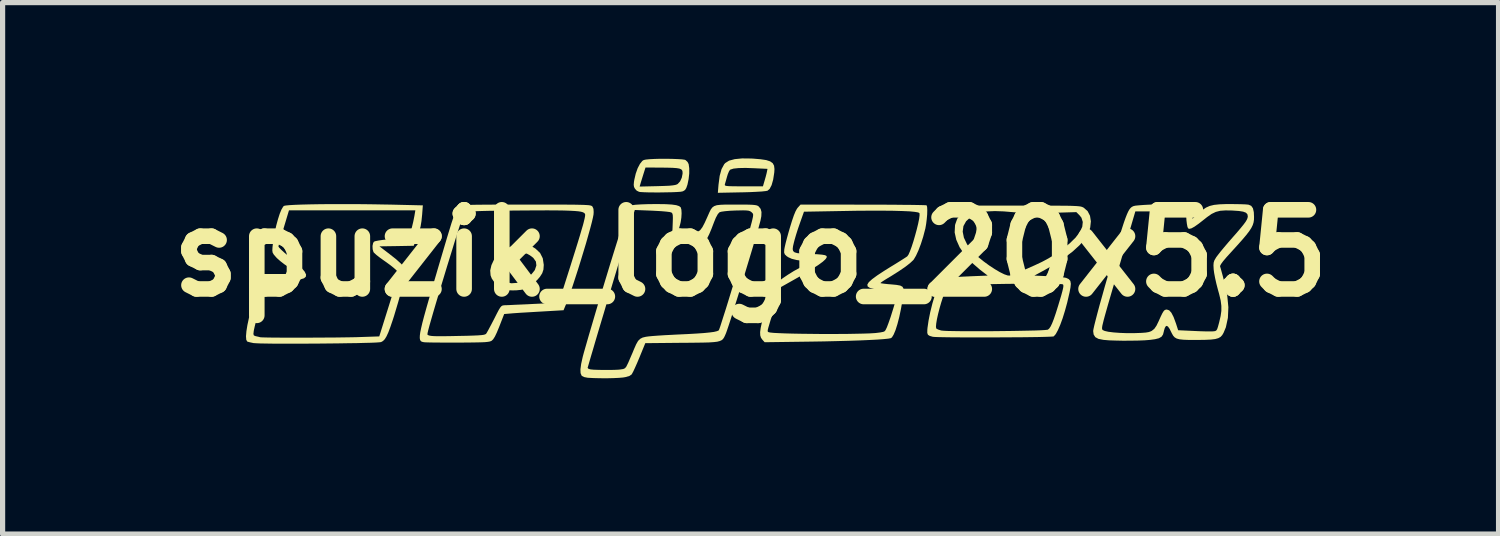
<source format=kicad_pcb>
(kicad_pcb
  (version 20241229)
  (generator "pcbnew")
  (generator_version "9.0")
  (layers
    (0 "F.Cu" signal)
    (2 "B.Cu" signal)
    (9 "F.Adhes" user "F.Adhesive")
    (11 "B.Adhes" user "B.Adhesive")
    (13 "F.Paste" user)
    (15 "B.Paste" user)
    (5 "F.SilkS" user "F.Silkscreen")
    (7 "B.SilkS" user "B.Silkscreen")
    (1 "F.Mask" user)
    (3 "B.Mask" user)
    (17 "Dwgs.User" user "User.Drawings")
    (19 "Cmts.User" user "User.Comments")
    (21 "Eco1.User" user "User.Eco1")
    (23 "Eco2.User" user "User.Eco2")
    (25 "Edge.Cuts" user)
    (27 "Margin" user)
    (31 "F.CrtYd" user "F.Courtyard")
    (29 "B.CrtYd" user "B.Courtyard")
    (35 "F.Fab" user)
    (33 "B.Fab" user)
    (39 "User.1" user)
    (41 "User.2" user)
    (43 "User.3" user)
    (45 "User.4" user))
  (footprint "spuzik_logo_20x5.5"
    (layer "F.Cu")
    (at 11.401 1.824)
    (property "Reference" "spuzik_logo_20x5.5" (at 0 0 0) (layer "F.SilkS") (effects (font (size 1.524 1.524) (thickness 0.3))))
    (attr board_only exclude_from_pos_files exclude_from_bom)
    (fp_poly (pts (xy 0.012 -1.822) (xy 0.05 -1.82) (xy 0.193 -1.808) (xy 0.301 -1.792) (xy 0.377 -1.767) (xy 0.426 -1.732) (xy 0.452 -1.684) (xy 0.46 -1.619) (xy 0.456 -1.553) (xy 0.435 -1.416) (xy 0.405 -1.31) (xy 0.367 -1.237) (xy 0.326 -1.202) (xy 0.288 -1.195) (xy 0.214 -1.187) (xy 0.111 -1.181) (xy -0.016 -1.175) (xy -0.164 -1.171) (xy -0.179 -1.171) (xy -0.63 -1.162) (xy -0.618 -1.31) (xy -0.496 -1.31) (xy -0.488 -1.301) (xy -0.464 -1.294) (xy -0.42 -1.29) (xy -0.351 -1.288) (xy -0.251 -1.287) (xy -0.134 -1.287) (xy 0.238 -1.287) (xy 0.27 -1.397) (xy 0.291 -1.47) (xy 0.308 -1.536) (xy 0.314 -1.565) (xy 0.326 -1.623) (xy 0.072 -1.635) (xy -0.097 -1.641) (xy -0.23 -1.638) (xy -0.328 -1.628) (xy -0.388 -1.609) (xy -0.397 -1.603) (xy -0.416 -1.574) (xy -0.439 -1.519) (xy -0.454 -1.47) (xy -0.473 -1.402) (xy -0.489 -1.346) (xy -0.496 -1.322) (xy -0.496 -1.31) (xy -0.618 -1.31) (xy -0.617 -1.32) (xy -0.595 -1.488) (xy -0.559 -1.618) (xy -0.508 -1.712) (xy -0.486 -1.736) (xy -0.414 -1.781) (xy -0.305 -1.81) (xy -0.163 -1.824)) (stroke (width 0) (type solid)) (fill yes) (layer "F.SilkS"))
    (fp_poly (pts (xy -4.318 -0.15) (xy -4.26 -0.144) (xy -4.215 -0.131) (xy -4.172 -0.107) (xy -4.14 -0.086) (xy -4.053 -0.004) (xy -4.001 0.099) (xy -3.982 0.223) (xy -3.982 0.23) (xy -3.988 0.316) (xy -4.011 0.386) (xy -4.056 0.456) (xy -4.106 0.514) (xy -4.207 0.609) (xy -4.306 0.672) (xy -4.415 0.706) (xy -4.512 0.716) (xy -4.594 0.717) (xy -4.668 0.713) (xy -4.716 0.706) (xy -4.825 0.659) (xy -4.917 0.584) (xy -4.983 0.488) (xy -5.006 0.427) (xy -5.008 0.398) (xy -4.842 0.398) (xy -4.83 0.454) (xy -4.779 0.519) (xy -4.701 0.561) (xy -4.604 0.58) (xy -4.494 0.572) (xy -4.441 0.56) (xy -4.368 0.525) (xy -4.288 0.469) (xy -4.214 0.401) (xy -4.16 0.334) (xy -4.152 0.32) (xy -4.124 0.236) (xy -4.133 0.162) (xy -4.181 0.094) (xy -4.193 0.083) (xy -4.248 0.042) (xy -4.3 0.013) (xy -4.316 0.008) (xy -4.403 0.002) (xy -4.506 0.019) (xy -4.612 0.055) (xy -4.707 0.105) (xy -4.777 0.164) (xy -4.783 0.172) (xy -4.817 0.236) (xy -4.838 0.317) (xy -4.842 0.398) (xy -5.008 0.398) (xy -5.013 0.333) (xy -4.989 0.23) (xy -4.941 0.127) (xy -4.871 0.037) (xy -4.837 0.005) (xy -4.728 -0.074) (xy -4.623 -0.122) (xy -4.508 -0.146) (xy -4.404 -0.151)) (stroke (width 0) (type solid)) (fill yes) (layer "F.SilkS"))
    (fp_poly (pts (xy -1.507 -1.815) (xy -1.405 -1.811) (xy -1.322 -1.806) (xy -1.267 -1.798) (xy -1.252 -1.792) (xy -1.213 -1.755) (xy -1.192 -1.714) (xy -1.181 -1.635) (xy -1.181 -1.534) (xy -1.193 -1.426) (xy -1.214 -1.325) (xy -1.215 -1.32) (xy -1.238 -1.254) (xy -1.262 -1.216) (xy -1.297 -1.194) (xy -1.31 -1.189) (xy -1.348 -1.182) (xy -1.418 -1.177) (xy -1.512 -1.173) (xy -1.621 -1.171) (xy -1.739 -1.169) (xy -1.856 -1.169) (xy -1.964 -1.17) (xy -2.056 -1.173) (xy -2.123 -1.177) (xy -2.147 -1.181) (xy -2.192 -1.203) (xy -2.226 -1.24) (xy -2.244 -1.275) (xy -2.245 -1.282) (xy -2.136 -1.282) (xy -1.795 -1.29) (xy -1.664 -1.294) (xy -1.567 -1.298) (xy -1.498 -1.305) (xy -1.45 -1.313) (xy -1.417 -1.324) (xy -1.402 -1.333) (xy -1.357 -1.382) (xy -1.324 -1.454) (xy -1.309 -1.532) (xy -1.31 -1.569) (xy -1.318 -1.595) (xy -1.336 -1.614) (xy -1.369 -1.628) (xy -1.422 -1.637) (xy -1.501 -1.643) (xy -1.612 -1.646) (xy -1.721 -1.647) (xy -2.023 -1.649) (xy -2.066 -1.513) (xy -2.089 -1.438) (xy -2.11 -1.371) (xy -2.122 -1.33) (xy -2.136 -1.282) (xy -2.245 -1.282) (xy -2.25 -1.315) (xy -2.245 -1.374) (xy -2.238 -1.415) (xy -2.211 -1.531) (xy -2.174 -1.635) (xy -2.13 -1.719) (xy -2.084 -1.776) (xy -2.057 -1.793) (xy -2.015 -1.802) (xy -1.942 -1.809) (xy -1.846 -1.814) (xy -1.736 -1.817) (xy -1.62 -1.817)) (stroke (width 0) (type solid)) (fill yes) (layer "F.SilkS"))
    (fp_poly (pts (xy -4.064 -0.935) (xy -3.846 -0.935) (xy -3.663 -0.935) (xy -3.511 -0.934) (xy -3.387 -0.933) (xy -3.288 -0.931) (xy -3.212 -0.929) (xy -3.154 -0.926) (xy -3.113 -0.923) (xy -3.084 -0.918) (xy -3.065 -0.912) (xy -3.054 -0.906) (xy -3.046 -0.898) (xy -3.043 -0.895) (xy -3.025 -0.853) (xy -3.021 -0.791) (xy -3.024 -0.744) (xy -3.035 -0.686) (xy -3.056 -0.596) (xy -3.087 -0.478) (xy -3.126 -0.339) (xy -3.17 -0.184) (xy -3.22 -0.019) (xy -3.272 0.152) (xy -3.325 0.322) (xy -3.378 0.486) (xy -3.428 0.639) (xy -3.475 0.774) (xy -3.515 0.888) (xy -3.542 0.957) (xy -3.601 1.099) (xy -4.028 1.124) (xy -4.165 1.132) (xy -4.299 1.14) (xy -4.421 1.147) (xy -4.521 1.154) (xy -4.592 1.159) (xy -4.599 1.16) (xy -4.744 1.172) (xy -4.837 1.411) (xy -4.884 1.525) (xy -4.922 1.605) (xy -4.955 1.657) (xy -4.983 1.685) (xy -5.003 1.695) (xy -5.029 1.703) (xy -5.068 1.709) (xy -5.123 1.714) (xy -5.199 1.717) (xy -5.301 1.719) (xy -5.433 1.721) (xy -5.601 1.722) (xy -5.62 1.722) (xy -5.773 1.722) (xy -5.917 1.722) (xy -6.044 1.721) (xy -6.151 1.72) (xy -6.229 1.718) (xy -6.275 1.716) (xy -6.279 1.716) (xy -6.308 1.711) (xy -6.332 1.704) (xy -6.351 1.691) (xy -6.363 1.669) (xy -6.369 1.636) (xy -6.368 1.59) (xy -6.365 1.564) (xy -6.222 1.564) (xy -6.221 1.569) (xy -6.205 1.58) (xy -6.18 1.588) (xy -6.143 1.594) (xy -6.087 1.598) (xy -6.009 1.599) (xy -5.904 1.599) (xy -5.767 1.597) (xy -5.621 1.594) (xy -5.463 1.591) (xy -5.34 1.587) (xy -5.248 1.583) (xy -5.183 1.578) (xy -5.138 1.572) (xy -5.111 1.564) (xy -5.095 1.555) (xy -5.091 1.551) (xy -5.073 1.522) (xy -5.041 1.464) (xy -4.999 1.385) (xy -4.951 1.293) (xy -4.935 1.262) (xy -4.884 1.161) (xy -4.847 1.091) (xy -4.819 1.046) (xy -4.796 1.02) (xy -4.774 1.008) (xy -4.749 1.004) (xy -4.741 1.003) (xy -4.703 1.002) (xy -4.631 0.999) (xy -4.532 0.994) (xy -4.412 0.989) (xy -4.278 0.983) (xy -4.185 0.978) (xy -3.694 0.955) (xy -3.476 0.271) (xy -3.424 0.105) (xy -3.373 -0.057) (xy -3.326 -0.208) (xy -3.285 -0.343) (xy -3.252 -0.456) (xy -3.227 -0.54) (xy -3.216 -0.582) (xy -3.196 -0.664) (xy -3.186 -0.716) (xy -3.185 -0.747) (xy -3.194 -0.765) (xy -3.207 -0.776) (xy -3.23 -0.788) (xy -3.266 -0.798) (xy -3.317 -0.806) (xy -3.388 -0.812) (xy -3.48 -0.817) (xy -3.596 -0.821) (xy -3.74 -0.823) (xy -3.915 -0.824) (xy -4.123 -0.823) (xy -4.367 -0.822) (xy -4.465 -0.821) (xy -4.689 -0.819) (xy -4.877 -0.817) (xy -5.032 -0.815) (xy -5.156 -0.812) (xy -5.254 -0.809) (xy -5.329 -0.805) (xy -5.384 -0.801) (xy -5.423 -0.795) (xy -5.449 -0.788) (xy -5.46 -0.784) (xy -5.481 -0.772) (xy -5.5 -0.755) (xy -5.519 -0.729) (xy -5.539 -0.69) (xy -5.561 -0.635) (xy -5.589 -0.56) (xy -5.622 -0.459) (xy -5.663 -0.33) (xy -5.713 -0.169) (xy -5.743 -0.07) (xy -5.84 0.243) (xy -5.924 0.52) (xy -5.997 0.761) (xy -6.059 0.968) (xy -6.11 1.141) (xy -6.151 1.284) (xy -6.183 1.396) (xy -6.205 1.479) (xy -6.218 1.534) (xy -6.222 1.564) (xy -6.365 1.564) (xy -6.36 1.526) (xy -6.343 1.444) (xy -6.319 1.341) (xy -6.285 1.212) (xy -6.242 1.057) (xy -6.189 0.872) (xy -6.126 0.655) (xy -6.051 0.402) (xy -6.025 0.312) (xy -5.953 0.069) (xy -5.892 -0.137) (xy -5.84 -0.312) (xy -5.796 -0.456) (xy -5.76 -0.574) (xy -5.729 -0.667) (xy -5.704 -0.74) (xy -5.683 -0.795) (xy -5.665 -0.836) (xy -5.65 -0.864) (xy -5.635 -0.883) (xy -5.621 -0.896) (xy -5.613 -0.902) (xy -5.599 -0.909) (xy -5.579 -0.915) (xy -5.55 -0.92) (xy -5.507 -0.924) (xy -5.449 -0.927) (xy -5.373 -0.93) (xy -5.274 -0.932) (xy -5.151 -0.933) (xy -5.001 -0.934) (xy -4.819 -0.935) (xy -4.604 -0.935) (xy -4.351 -0.935) (xy -4.318 -0.935)) (stroke (width 0) (type solid)) (fill yes) (layer "F.SilkS"))
    (fp_poly (pts (xy -7.694 -0.944) (xy -7.47 -0.943) (xy -7.244 -0.94) (xy -7.02 -0.936) (xy -6.941 -0.935) (xy -6.31 -0.92) (xy -6.323 -0.747) (xy -6.336 -0.62) (xy -6.353 -0.516) (xy -6.379 -0.419) (xy -6.418 -0.311) (xy -6.431 -0.277) (xy -6.486 -0.142) (xy -6.815 -0.136) (xy -7.145 -0.131) (xy -6.953 0.016) (xy -6.826 0.116) (xy -6.734 0.199) (xy -6.673 0.266) (xy -6.642 0.32) (xy -6.637 0.348) (xy -6.642 0.389) (xy -6.658 0.462) (xy -6.682 0.561) (xy -6.712 0.679) (xy -6.747 0.808) (xy -6.785 0.944) (xy -6.825 1.078) (xy -6.863 1.205) (xy -6.886 1.277) (xy -6.934 1.418) (xy -6.974 1.525) (xy -7.01 1.603) (xy -7.043 1.657) (xy -7.078 1.692) (xy -7.114 1.712) (xy -7.145 1.716) (xy -7.212 1.721) (xy -7.31 1.725) (xy -7.435 1.728) (xy -7.583 1.732) (xy -7.749 1.734) (xy -7.929 1.737) (xy -8.119 1.739) (xy -8.313 1.741) (xy -8.509 1.742) (xy -8.701 1.743) (xy -8.885 1.743) (xy -9.056 1.743) (xy -9.211 1.742) (xy -9.345 1.74) (xy -9.453 1.738) (xy -9.531 1.734) (xy -9.575 1.731) (xy -9.577 1.73) (xy -9.637 1.717) (xy -9.682 1.705) (xy -9.692 1.7) (xy -9.71 1.667) (xy -9.715 1.6) (xy -9.711 1.556) (xy -9.572 1.556) (xy -9.564 1.583) (xy -9.537 1.596) (xy -9.52 1.6) (xy -9.471 1.611) (xy -9.442 1.619) (xy -9.415 1.621) (xy -9.353 1.623) (xy -9.26 1.625) (xy -9.141 1.626) (xy -9.001 1.627) (xy -8.845 1.627) (xy -8.678 1.627) (xy -8.505 1.627) (xy -8.329 1.626) (xy -8.157 1.625) (xy -7.993 1.624) (xy -7.842 1.622) (xy -7.708 1.62) (xy -7.596 1.618) (xy -7.54 1.616) (xy -7.149 1.603) (xy -7 1.128) (xy -6.956 0.988) (xy -6.914 0.853) (xy -6.876 0.729) (xy -6.843 0.625) (xy -6.82 0.548) (xy -6.81 0.518) (xy -6.769 0.383) (xy -6.828 0.321) (xy -6.871 0.283) (xy -6.936 0.231) (xy -7.014 0.174) (xy -7.064 0.139) (xy -7.139 0.085) (xy -7.202 0.036) (xy -7.245 -0.003) (xy -7.26 -0.02) (xy -7.276 -0.075) (xy -7.279 -0.139) (xy -7.267 -0.195) (xy -7.251 -0.221) (xy -7.22 -0.232) (xy -7.158 -0.244) (xy -7.074 -0.256) (xy -6.984 -0.265) (xy -6.845 -0.278) (xy -6.74 -0.292) (xy -6.664 -0.308) (xy -6.612 -0.328) (xy -6.579 -0.353) (xy -6.567 -0.368) (xy -6.546 -0.416) (xy -6.521 -0.496) (xy -6.496 -0.599) (xy -6.472 -0.718) (xy -6.467 -0.749) (xy -6.454 -0.825) (xy -8.887 -0.825) (xy -8.928 -0.689) (xy -8.952 -0.608) (xy -8.983 -0.505) (xy -9.015 -0.398) (xy -9.029 -0.352) (xy -9.054 -0.266) (xy -9.074 -0.193) (xy -9.087 -0.143) (xy -9.09 -0.126) (xy -9.075 -0.105) (xy -9.035 -0.064) (xy -8.974 -0.008) (xy -8.898 0.058) (xy -8.863 0.088) (xy -8.737 0.196) (xy -8.645 0.285) (xy -8.585 0.356) (xy -8.558 0.412) (xy -8.563 0.454) (xy -8.598 0.484) (xy -8.664 0.504) (xy -8.723 0.512) (xy -8.903 0.532) (xy -9.044 0.55) (xy -9.148 0.564) (xy -9.216 0.577) (xy -9.246 0.585) (xy -9.286 0.617) (xy -9.324 0.678) (xy -9.333 0.699) (xy -9.356 0.759) (xy -9.386 0.847) (xy -9.419 0.955) (xy -9.455 1.074) (xy -9.489 1.195) (xy -9.521 1.309) (xy -9.546 1.407) (xy -9.562 1.479) (xy -9.566 1.502) (xy -9.572 1.556) (xy -9.711 1.556) (xy -9.707 1.505) (xy -9.688 1.386) (xy -9.658 1.247) (xy -9.618 1.093) (xy -9.57 0.929) (xy -9.514 0.759) (xy -9.467 0.628) (xy -9.383 0.402) (xy -9.055 0.402) (xy -8.946 0.401) (xy -8.852 0.399) (xy -8.78 0.395) (xy -8.737 0.391) (xy -8.728 0.387) (xy -8.745 0.371) (xy -8.788 0.339) (xy -8.85 0.297) (xy -8.891 0.271) (xy -8.975 0.215) (xy -9.055 0.153) (xy -9.119 0.096) (xy -9.134 0.08) (xy -9.178 0.03) (xy -9.201 -0.008) (xy -9.208 -0.048) (xy -9.205 -0.107) (xy -9.202 -0.138) (xy -9.185 -0.268) (xy -9.161 -0.402) (xy -9.132 -0.533) (xy -9.099 -0.654) (xy -9.065 -0.76) (xy -9.031 -0.842) (xy -8.999 -0.895) (xy -8.984 -0.91) (xy -8.951 -0.917) (xy -8.881 -0.924) (xy -8.779 -0.93) (xy -8.648 -0.935) (xy -8.492 -0.939) (xy -8.315 -0.942) (xy -8.12 -0.944) (xy -7.912 -0.944)) (stroke (width 0) (type solid)) (fill yes) (layer "F.SilkS"))
    (fp_poly (pts (xy 5.566 -0.915) (xy 5.757 -0.915) (xy 5.914 -0.914) (xy 6.042 -0.913) (xy 6.143 -0.912) (xy 6.222 -0.909) (xy 6.282 -0.906) (xy 6.326 -0.902) (xy 6.359 -0.897) (xy 6.382 -0.89) (xy 6.401 -0.882) (xy 6.415 -0.874) (xy 6.489 -0.809) (xy 6.535 -0.72) (xy 6.552 -0.613) (xy 6.539 -0.493) (xy 6.501 -0.378) (xy 6.436 -0.27) (xy 6.336 -0.155) (xy 6.203 -0.033) (xy 6.041 0.091) (xy 5.852 0.215) (xy 5.663 0.324) (xy 5.464 0.432) (xy 5.734 0.444) (xy 5.882 0.452) (xy 5.995 0.461) (xy 6.075 0.476) (xy 6.128 0.501) (xy 6.157 0.537) (xy 6.166 0.59) (xy 6.159 0.662) (xy 6.141 0.758) (xy 6.134 0.787) (xy 6.096 0.952) (xy 6.053 1.109) (xy 6.008 1.254) (xy 5.962 1.38) (xy 5.917 1.483) (xy 5.876 1.558) (xy 5.84 1.599) (xy 5.834 1.603) (xy 5.808 1.606) (xy 5.746 1.609) (xy 5.652 1.612) (xy 5.532 1.615) (xy 5.389 1.617) (xy 5.228 1.619) (xy 5.054 1.62) (xy 4.87 1.621) (xy 4.682 1.622) (xy 4.494 1.622) (xy 4.309 1.622) (xy 4.133 1.622) (xy 3.971 1.621) (xy 3.825 1.62) (xy 3.702 1.618) (xy 3.605 1.616) (xy 3.538 1.613) (xy 3.508 1.61) (xy 3.449 1.593) (xy 3.415 1.572) (xy 3.402 1.536) (xy 3.403 1.475) (xy 3.407 1.432) (xy 3.409 1.42) (xy 3.569 1.42) (xy 3.576 1.452) (xy 3.576 1.452) (xy 3.609 1.47) (xy 3.662 1.487) (xy 3.674 1.49) (xy 3.715 1.494) (xy 3.79 1.498) (xy 3.894 1.5) (xy 4.023 1.502) (xy 4.17 1.503) (xy 4.333 1.503) (xy 4.505 1.503) (xy 4.682 1.502) (xy 4.86 1.5) (xy 5.034 1.498) (xy 5.198 1.495) (xy 5.348 1.492) (xy 5.48 1.489) (xy 5.588 1.485) (xy 5.668 1.48) (xy 5.714 1.475) (xy 5.724 1.473) (xy 5.75 1.451) (xy 5.776 1.413) (xy 5.805 1.353) (xy 5.838 1.269) (xy 5.877 1.155) (xy 5.923 1.008) (xy 5.944 0.938) (xy 5.98 0.818) (xy 6.004 0.73) (xy 6.018 0.67) (xy 6.023 0.631) (xy 6.019 0.609) (xy 6.011 0.6) (xy 5.985 0.596) (xy 5.923 0.593) (xy 5.831 0.59) (xy 5.712 0.589) (xy 5.572 0.588) (xy 5.415 0.588) (xy 5.246 0.589) (xy 5.07 0.59) (xy 4.892 0.592) (xy 4.716 0.595) (xy 4.547 0.598) (xy 4.389 0.602) (xy 4.248 0.606) (xy 4.127 0.611) (xy 4.033 0.615) (xy 3.969 0.62) (xy 3.953 0.622) (xy 3.88 0.636) (xy 3.821 0.652) (xy 3.789 0.665) (xy 3.789 0.665) (xy 3.764 0.701) (xy 3.734 0.766) (xy 3.702 0.853) (xy 3.669 0.955) (xy 3.638 1.063) (xy 3.61 1.172) (xy 3.588 1.272) (xy 3.574 1.357) (xy 3.569 1.42) (xy 3.409 1.42) (xy 3.427 1.296) (xy 3.459 1.136) (xy 3.501 0.967) (xy 3.55 0.803) (xy 3.553 0.794) (xy 3.607 0.659) (xy 3.672 0.562) (xy 3.748 0.5) (xy 3.835 0.471) (xy 3.885 0.466) (xy 3.966 0.46) (xy 4.069 0.453) (xy 4.184 0.448) (xy 4.243 0.445) (xy 4.565 0.432) (xy 4.414 0.316) (xy 4.254 0.177) (xy 4.124 0.033) (xy 4.025 -0.113) (xy 3.96 -0.259) (xy 3.929 -0.4) (xy 3.93 -0.414) (xy 4.084 -0.414) (xy 4.107 -0.298) (xy 4.167 -0.172) (xy 4.241 -0.067) (xy 4.307 0.004) (xy 4.392 0.082) (xy 4.49 0.161) (xy 4.594 0.237) (xy 4.699 0.306) (xy 4.797 0.364) (xy 4.884 0.407) (xy 4.951 0.43) (xy 4.987 0.432) (xy 5.024 0.42) (xy 5.089 0.395) (xy 5.174 0.361) (xy 5.271 0.321) (xy 5.299 0.309) (xy 5.47 0.234) (xy 5.612 0.167) (xy 5.735 0.101) (xy 5.849 0.031) (xy 5.964 -0.047) (xy 5.983 -0.061) (xy 6.137 -0.182) (xy 6.255 -0.297) (xy 6.339 -0.406) (xy 6.386 -0.508) (xy 6.396 -0.6) (xy 6.37 -0.683) (xy 6.333 -0.729) (xy 6.272 -0.79) (xy 5.795 -0.776) (xy 5.564 -0.772) (xy 5.368 -0.772) (xy 5.204 -0.778) (xy 5.078 -0.787) (xy 4.875 -0.804) (xy 4.705 -0.81) (xy 4.563 -0.804) (xy 4.445 -0.785) (xy 4.344 -0.753) (xy 4.256 -0.707) (xy 4.238 -0.695) (xy 4.15 -0.615) (xy 4.098 -0.521) (xy 4.084 -0.414) (xy 3.93 -0.414) (xy 3.936 -0.534) (xy 3.941 -0.557) (xy 3.978 -0.66) (xy 4.039 -0.741) (xy 4.128 -0.81) (xy 4.198 -0.848) (xy 4.333 -0.915) (xy 5.339 -0.915)) (stroke (width 0) (type solid)) (fill yes) (layer "F.SilkS"))
    (fp_poly (pts (xy 2.17 -0.934) (xy 2.387 -0.934) (xy 2.591 -0.933) (xy 2.78 -0.932) (xy 2.95 -0.93) (xy 3.097 -0.929) (xy 3.218 -0.927) (xy 3.31 -0.925) (xy 3.368 -0.923) (xy 3.389 -0.921) (xy 3.399 -0.89) (xy 3.402 -0.829) (xy 3.4 -0.747) (xy 3.392 -0.655) (xy 3.38 -0.56) (xy 3.365 -0.474) (xy 3.361 -0.46) (xy 3.323 -0.315) (xy 3.279 -0.177) (xy 3.232 -0.053) (xy 3.185 0.049) (xy 3.142 0.122) (xy 3.131 0.135) (xy 3.069 0.193) (xy 2.975 0.266) (xy 2.853 0.349) (xy 2.706 0.442) (xy 2.639 0.482) (xy 2.574 0.522) (xy 2.525 0.554) (xy 2.502 0.574) (xy 2.501 0.577) (xy 2.523 0.582) (xy 2.576 0.589) (xy 2.651 0.597) (xy 2.704 0.601) (xy 2.809 0.611) (xy 2.881 0.624) (xy 2.925 0.647) (xy 2.945 0.686) (xy 2.947 0.749) (xy 2.935 0.841) (xy 2.926 0.898) (xy 2.896 1.071) (xy 2.863 1.228) (xy 2.827 1.367) (xy 2.791 1.481) (xy 2.755 1.567) (xy 2.722 1.621) (xy 2.7 1.637) (xy 2.651 1.646) (xy 2.564 1.655) (xy 2.442 1.664) (xy 2.289 1.672) (xy 2.107 1.68) (xy 1.899 1.687) (xy 1.668 1.693) (xy 1.417 1.699) (xy 1.166 1.703) (xy 0.271 1.715) (xy 0.226 1.665) (xy 0.2 1.628) (xy 0.186 1.582) (xy 0.184 1.52) (xy 0.187 1.496) (xy 0.329 1.496) (xy 0.331 1.509) (xy 0.337 1.516) (xy 0.346 1.521) (xy 0.346 1.521) (xy 0.377 1.528) (xy 0.443 1.535) (xy 0.54 1.54) (xy 0.663 1.545) (xy 0.807 1.549) (xy 0.968 1.552) (xy 1.141 1.554) (xy 1.321 1.556) (xy 1.504 1.556) (xy 1.685 1.556) (xy 1.859 1.555) (xy 2.021 1.552) (xy 2.167 1.549) (xy 2.292 1.545) (xy 2.391 1.539) (xy 2.422 1.536) (xy 2.493 1.527) (xy 2.551 1.516) (xy 2.576 1.507) (xy 2.597 1.484) (xy 2.623 1.431) (xy 2.655 1.347) (xy 2.696 1.23) (xy 2.744 1.077) (xy 2.784 0.944) (xy 2.807 0.865) (xy 2.825 0.799) (xy 2.835 0.758) (xy 2.836 0.75) (xy 2.816 0.738) (xy 2.76 0.727) (xy 2.671 0.718) (xy 2.619 0.714) (xy 2.477 0.703) (xy 2.369 0.688) (xy 2.294 0.668) (xy 2.254 0.641) (xy 2.248 0.605) (xy 2.276 0.559) (xy 2.34 0.501) (xy 2.438 0.429) (xy 2.572 0.341) (xy 2.684 0.271) (xy 2.784 0.21) (xy 2.874 0.154) (xy 2.948 0.107) (xy 2.999 0.074) (xy 3.018 0.06) (xy 3.041 0.027) (xy 3.069 -0.037) (xy 3.102 -0.126) (xy 3.136 -0.231) (xy 3.169 -0.345) (xy 3.2 -0.459) (xy 3.226 -0.566) (xy 3.245 -0.659) (xy 3.254 -0.729) (xy 3.252 -0.77) (xy 3.252 -0.77) (xy 3.227 -0.784) (xy 3.162 -0.795) (xy 3.06 -0.805) (xy 2.921 -0.811) (xy 2.747 -0.816) (xy 2.539 -0.818) (xy 2.298 -0.818) (xy 2.025 -0.816) (xy 1.807 -0.812) (xy 1.028 -0.798) (xy 0.949 -0.575) (xy 0.912 -0.468) (xy 0.877 -0.358) (xy 0.848 -0.259) (xy 0.834 -0.205) (xy 0.817 -0.132) (xy 0.811 -0.078) (xy 0.819 -0.041) (xy 0.847 -0.016) (xy 0.898 -0.001) (xy 0.979 0.008) (xy 1.093 0.014) (xy 1.157 0.016) (xy 1.284 0.021) (xy 1.375 0.029) (xy 1.433 0.039) (xy 1.463 0.055) (xy 1.467 0.077) (xy 1.45 0.107) (xy 1.435 0.124) (xy 1.39 0.165) (xy 1.314 0.221) (xy 1.21 0.289) (xy 1.083 0.368) (xy 0.938 0.453) (xy 0.842 0.508) (xy 0.588 0.651) (xy 0.466 1.034) (xy 0.42 1.18) (xy 0.384 1.292) (xy 0.359 1.376) (xy 0.342 1.434) (xy 0.332 1.473) (xy 0.329 1.496) (xy 0.187 1.496) (xy 0.195 1.437) (xy 0.219 1.326) (xy 0.24 1.243) (xy 0.29 1.064) (xy 0.34 0.905) (xy 0.39 0.771) (xy 0.438 0.668) (xy 0.481 0.598) (xy 0.486 0.592) (xy 0.541 0.542) (xy 0.623 0.48) (xy 0.724 0.412) (xy 0.835 0.343) (xy 0.949 0.281) (xy 0.992 0.259) (xy 1.057 0.225) (xy 1.104 0.197) (xy 1.126 0.179) (xy 1.126 0.178) (xy 1.108 0.168) (xy 1.061 0.158) (xy 1.011 0.15) (xy 0.886 0.132) (xy 0.793 0.109) (xy 0.725 0.078) (xy 0.694 0.057) (xy 0.659 0.023) (xy 0.646 -0.013) (xy 0.649 -0.071) (xy 0.658 -0.119) (xy 0.676 -0.197) (xy 0.702 -0.296) (xy 0.733 -0.408) (xy 0.755 -0.484) (xy 0.798 -0.624) (xy 0.834 -0.729) (xy 0.865 -0.804) (xy 0.893 -0.855) (xy 0.907 -0.874) (xy 0.962 -0.935)) (stroke (width 0) (type solid)) (fill yes) (layer "F.SilkS"))
    (fp_poly (pts (xy 9.351 -0.944) (xy 9.449 -0.942) (xy 9.529 -0.939) (xy 9.58 -0.934) (xy 9.588 -0.933) (xy 9.639 -0.911) (xy 9.672 -0.864) (xy 9.689 -0.789) (xy 9.693 -0.702) (xy 9.692 -0.644) (xy 9.684 -0.591) (xy 9.668 -0.54) (xy 9.641 -0.485) (xy 9.6 -0.422) (xy 9.542 -0.347) (xy 9.465 -0.256) (xy 9.365 -0.144) (xy 9.255 -0.023) (xy 9.163 0.078) (xy 9.098 0.155) (xy 9.058 0.21) (xy 9.04 0.245) (xy 9.04 0.258) (xy 9.05 0.289) (xy 9.067 0.351) (xy 9.09 0.435) (xy 9.116 0.534) (xy 9.124 0.563) (xy 9.177 0.813) (xy 9.199 1.041) (xy 9.19 1.246) (xy 9.151 1.427) (xy 9.106 1.535) (xy 9.08 1.579) (xy 9.048 1.613) (xy 9.005 1.637) (xy 8.945 1.654) (xy 8.862 1.664) (xy 8.751 1.669) (xy 8.606 1.671) (xy 8.583 1.671) (xy 8.443 1.671) (xy 8.337 1.667) (xy 8.259 1.659) (xy 8.204 1.644) (xy 8.165 1.621) (xy 8.136 1.589) (xy 8.111 1.545) (xy 8.107 1.537) (xy 8.068 1.458) (xy 8.037 1.414) (xy 8.012 1.4) (xy 7.995 1.407) (xy 7.975 1.44) (xy 7.959 1.494) (xy 7.957 1.505) (xy 7.941 1.566) (xy 7.912 1.609) (xy 7.862 1.638) (xy 7.786 1.657) (xy 7.69 1.67) (xy 7.588 1.678) (xy 7.461 1.683) (xy 7.319 1.685) (xy 7.172 1.686) (xy 7.032 1.683) (xy 6.907 1.679) (xy 6.81 1.671) (xy 6.792 1.669) (xy 6.697 1.65) (xy 6.637 1.617) (xy 6.605 1.566) (xy 6.596 1.499) (xy 6.602 1.461) (xy 6.605 1.448) (xy 6.767 1.448) (xy 6.769 1.462) (xy 6.773 1.472) (xy 6.779 1.479) (xy 6.781 1.481) (xy 6.819 1.498) (xy 6.89 1.514) (xy 6.988 1.526) (xy 7.107 1.535) (xy 7.24 1.54) (xy 7.38 1.54) (xy 7.415 1.539) (xy 7.528 1.535) (xy 7.609 1.529) (xy 7.667 1.519) (xy 7.709 1.504) (xy 7.727 1.494) (xy 7.773 1.457) (xy 7.814 1.398) (xy 7.854 1.316) (xy 7.897 1.22) (xy 7.929 1.155) (xy 7.954 1.115) (xy 7.976 1.094) (xy 8 1.087) (xy 8.015 1.086) (xy 8.06 1.101) (xy 8.102 1.148) (xy 8.144 1.229) (xy 8.188 1.348) (xy 8.189 1.35) (xy 8.232 1.484) (xy 8.535 1.498) (xy 8.648 1.503) (xy 8.751 1.506) (xy 8.837 1.507) (xy 8.895 1.506) (xy 8.909 1.505) (xy 8.943 1.501) (xy 8.966 1.489) (xy 8.983 1.464) (xy 8.999 1.416) (xy 9.02 1.339) (xy 9.023 1.327) (xy 9.05 1.211) (xy 9.064 1.111) (xy 9.064 1.015) (xy 9.051 0.912) (xy 9.022 0.79) (xy 8.998 0.703) (xy 8.969 0.592) (xy 8.944 0.481) (xy 8.925 0.381) (xy 8.916 0.312) (xy 8.912 0.234) (xy 8.916 0.182) (xy 8.93 0.138) (xy 8.959 0.089) (xy 8.964 0.08) (xy 8.998 0.035) (xy 9.052 -0.034) (xy 9.121 -0.117) (xy 9.199 -0.209) (xy 9.253 -0.271) (xy 9.356 -0.388) (xy 9.434 -0.48) (xy 9.491 -0.55) (xy 9.531 -0.604) (xy 9.555 -0.645) (xy 9.568 -0.677) (xy 9.573 -0.706) (xy 9.573 -0.711) (xy 9.565 -0.75) (xy 9.537 -0.779) (xy 9.484 -0.799) (xy 9.402 -0.812) (xy 9.285 -0.82) (xy 9.276 -0.821) (xy 9.145 -0.823) (xy 9.043 -0.816) (xy 8.957 -0.794) (xy 8.876 -0.755) (xy 8.789 -0.694) (xy 8.736 -0.652) (xy 8.629 -0.568) (xy 8.548 -0.511) (xy 8.489 -0.478) (xy 8.448 -0.468) (xy 8.424 -0.477) (xy 8.411 -0.508) (xy 8.4 -0.566) (xy 8.391 -0.641) (xy 8.391 -0.653) (xy 8.381 -0.804) (xy 7.408 -0.804) (xy 7.123 0.166) (xy 7.049 0.419) (xy 6.985 0.637) (xy 6.931 0.822) (xy 6.886 0.976) (xy 6.85 1.103) (xy 6.821 1.206) (xy 6.799 1.287) (xy 6.784 1.349) (xy 6.773 1.394) (xy 6.768 1.427) (xy 6.767 1.448) (xy 6.605 1.448) (xy 6.618 1.389) (xy 6.644 1.286) (xy 6.678 1.155) (xy 6.719 1.002) (xy 6.768 0.829) (xy 6.821 0.639) (xy 6.858 0.511) (xy 6.935 0.247) (xy 7.001 0.019) (xy 7.059 -0.176) (xy 7.108 -0.34) (xy 7.151 -0.477) (xy 7.187 -0.588) (xy 7.219 -0.678) (xy 7.246 -0.747) (xy 7.27 -0.8) (xy 7.292 -0.839) (xy 7.314 -0.867) (xy 7.335 -0.886) (xy 7.357 -0.899) (xy 7.376 -0.907) (xy 7.415 -0.915) (xy 7.488 -0.922) (xy 7.585 -0.929) (xy 7.7 -0.935) (xy 7.825 -0.939) (xy 7.953 -0.942) (xy 8.075 -0.944) (xy 8.185 -0.943) (xy 8.274 -0.941) (xy 8.333 -0.936) (xy 8.428 -0.917) (xy 8.488 -0.885) (xy 8.518 -0.835) (xy 8.521 -0.763) (xy 8.52 -0.75) (xy 8.507 -0.661) (xy 8.632 -0.773) (xy 8.703 -0.833) (xy 8.77 -0.878) (xy 8.84 -0.909) (xy 8.923 -0.929) (xy 9.025 -0.94) (xy 9.156 -0.945) (xy 9.242 -0.945)) (stroke (width 0) (type solid)) (fill yes) (layer "F.SilkS"))
    (fp_poly (pts (xy -1.635 -0.943) (xy -1.517 -0.936) (xy -1.432 -0.924) (xy -1.376 -0.906) (xy -1.345 -0.882) (xy -1.344 -0.88) (xy -1.332 -0.836) (xy -1.328 -0.766) (xy -1.333 -0.682) (xy -1.346 -0.598) (xy -1.357 -0.551) (xy -1.38 -0.47) (xy -1.387 -0.421) (xy -1.371 -0.394) (xy -1.328 -0.384) (xy -1.253 -0.383) (xy -1.242 -0.383) (xy -1.144 -0.385) (xy -1.07 -0.393) (xy -1.014 -0.412) (xy -0.968 -0.446) (xy -0.927 -0.501) (xy -0.884 -0.583) (xy -0.833 -0.695) (xy -0.823 -0.718) (xy -0.792 -0.788) (xy -0.765 -0.842) (xy -0.736 -0.88) (xy -0.7 -0.906) (xy -0.65 -0.923) (xy -0.581 -0.931) (xy -0.486 -0.935) (xy -0.36 -0.935) (xy -0.282 -0.935) (xy -0.144 -0.935) (xy -0.04 -0.934) (xy 0.034 -0.931) (xy 0.086 -0.926) (xy 0.12 -0.919) (xy 0.143 -0.909) (xy 0.157 -0.898) (xy 0.194 -0.852) (xy 0.21 -0.792) (xy 0.207 -0.711) (xy 0.191 -0.628) (xy 0.176 -0.573) (xy 0.152 -0.485) (xy 0.119 -0.37) (xy 0.078 -0.233) (xy 0.032 -0.077) (xy -0.019 0.092) (xy -0.073 0.27) (xy -0.128 0.453) (xy -0.184 0.636) (xy -0.239 0.814) (xy -0.292 0.982) (xy -0.34 1.137) (xy -0.383 1.274) (xy -0.42 1.387) (xy -0.449 1.473) (xy -0.468 1.527) (xy -0.472 1.538) (xy -0.492 1.585) (xy -0.51 1.622) (xy -0.53 1.652) (xy -0.556 1.675) (xy -0.593 1.692) (xy -0.643 1.705) (xy -0.712 1.713) (xy -0.804 1.719) (xy -0.922 1.722) (xy -1.071 1.724) (xy -1.255 1.726) (xy -1.317 1.726) (xy -2.027 1.733) (xy -2.142 2.014) (xy -2.185 2.116) (xy -2.225 2.206) (xy -2.259 2.279) (xy -2.284 2.325) (xy -2.29 2.335) (xy -2.332 2.364) (xy -2.408 2.386) (xy -2.454 2.394) (xy -2.534 2.401) (xy -2.643 2.406) (xy -2.769 2.409) (xy -2.901 2.408) (xy -3.027 2.405) (xy -3.135 2.399) (xy -3.137 2.399) (xy -3.203 2.386) (xy -3.247 2.364) (xy -3.253 2.358) (xy -3.273 2.31) (xy -3.276 2.236) (xy -3.272 2.209) (xy -3.137 2.209) (xy -3.12 2.227) (xy -3.082 2.238) (xy -3.021 2.244) (xy -2.932 2.247) (xy -2.827 2.249) (xy -2.718 2.249) (xy -2.617 2.247) (xy -2.536 2.243) (xy -2.504 2.239) (xy -2.452 2.231) (xy -2.419 2.216) (xy -2.394 2.187) (xy -2.367 2.133) (xy -2.353 2.104) (xy -2.315 2.015) (xy -2.272 1.916) (xy -2.245 1.85) (xy -2.203 1.755) (xy -2.166 1.69) (xy -2.126 1.65) (xy -2.078 1.625) (xy -2.015 1.61) (xy -1.964 1.603) (xy -1.88 1.595) (xy -1.771 1.587) (xy -1.643 1.579) (xy -1.505 1.572) (xy -1.432 1.568) (xy -1.217 1.558) (xy -1.04 1.548) (xy -0.897 1.538) (xy -0.787 1.527) (xy -0.705 1.516) (xy -0.65 1.503) (xy -0.618 1.49) (xy -0.612 1.485) (xy -0.602 1.462) (xy -0.582 1.405) (xy -0.554 1.317) (xy -0.518 1.204) (xy -0.475 1.07) (xy -0.428 0.918) (xy -0.378 0.754) (xy -0.325 0.581) (xy -0.271 0.404) (xy -0.218 0.228) (xy -0.166 0.055) (xy -0.118 -0.108) (xy -0.074 -0.259) (xy -0.035 -0.392) (xy -0.003 -0.504) (xy 0.02 -0.589) (xy 0.031 -0.633) (xy 0.046 -0.7) (xy 0.05 -0.74) (xy 0.042 -0.765) (xy 0.02 -0.787) (xy 0.015 -0.792) (xy -0.008 -0.807) (xy -0.037 -0.817) (xy -0.08 -0.822) (xy -0.144 -0.824) (xy -0.238 -0.822) (xy -0.292 -0.821) (xy -0.4 -0.816) (xy -0.492 -0.808) (xy -0.561 -0.798) (xy -0.597 -0.788) (xy -0.63 -0.753) (xy -0.669 -0.681) (xy -0.703 -0.598) (xy -0.753 -0.467) (xy -0.794 -0.37) (xy -0.827 -0.303) (xy -0.854 -0.26) (xy -0.879 -0.237) (xy -0.894 -0.232) (xy -0.987 -0.216) (xy -1.074 -0.207) (xy -1.17 -0.206) (xy -1.288 -0.212) (xy -1.302 -0.213) (xy -1.514 -0.227) (xy -1.502 -0.495) (xy -1.498 -0.604) (xy -1.496 -0.68) (xy -1.498 -0.729) (xy -1.504 -0.758) (xy -1.515 -0.775) (xy -1.528 -0.784) (xy -1.56 -0.792) (xy -1.625 -0.8) (xy -1.715 -0.808) (xy -1.822 -0.814) (xy -1.897 -0.818) (xy -2.229 -0.831) (xy -2.29 -0.632) (xy -2.324 -0.52) (xy -2.365 -0.385) (xy -2.412 -0.228) (xy -2.465 -0.053) (xy -2.522 0.135) (xy -2.581 0.334) (xy -2.643 0.539) (xy -2.705 0.747) (xy -2.767 0.954) (xy -2.827 1.158) (xy -2.886 1.354) (xy -2.941 1.538) (xy -2.991 1.707) (xy -3.035 1.858) (xy -3.073 1.986) (xy -3.103 2.089) (xy -3.124 2.162) (xy -3.136 2.203) (xy -3.137 2.209) (xy -3.272 2.209) (xy -3.262 2.133) (xy -3.232 1.998) (xy -3.211 1.919) (xy -3.167 1.766) (xy -3.114 1.581) (xy -3.052 1.371) (xy -2.985 1.143) (xy -2.914 0.905) (xy -2.841 0.663) (xy -2.768 0.423) (xy -2.698 0.193) (xy -2.632 -0.02) (xy -2.573 -0.209) (xy -2.55 -0.282) (xy -2.504 -0.427) (xy -2.461 -0.562) (xy -2.424 -0.679) (xy -2.394 -0.775) (xy -2.372 -0.845) (xy -2.36 -0.883) (xy -2.359 -0.887) (xy -2.34 -0.906) (xy -2.293 -0.921) (xy -2.216 -0.932) (xy -2.106 -0.939) (xy -1.961 -0.944) (xy -1.79 -0.945)) (stroke (width 0) (type solid)) (fill yes) (layer "F.SilkS")))
  (gr_rect
    (start -3 -3)
    (end 25.802 7.233)
    (stroke (width 0.1) (type default))
    (fill no)
    (layer "Edge.Cuts")))
</source>
